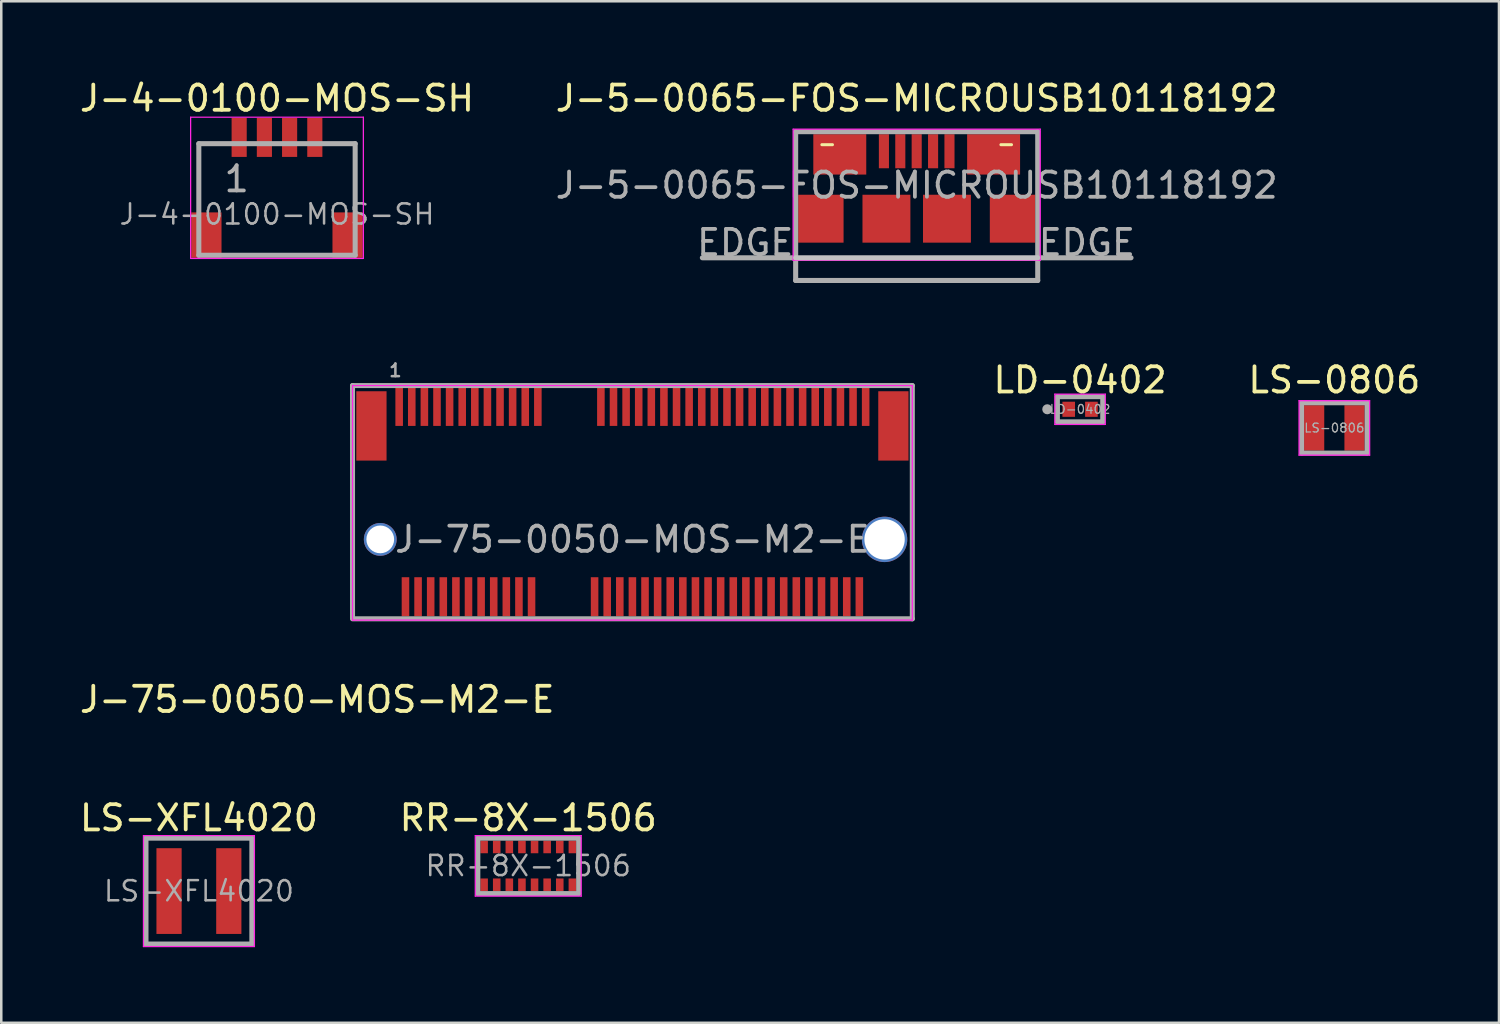
<source format=kicad_pcb>
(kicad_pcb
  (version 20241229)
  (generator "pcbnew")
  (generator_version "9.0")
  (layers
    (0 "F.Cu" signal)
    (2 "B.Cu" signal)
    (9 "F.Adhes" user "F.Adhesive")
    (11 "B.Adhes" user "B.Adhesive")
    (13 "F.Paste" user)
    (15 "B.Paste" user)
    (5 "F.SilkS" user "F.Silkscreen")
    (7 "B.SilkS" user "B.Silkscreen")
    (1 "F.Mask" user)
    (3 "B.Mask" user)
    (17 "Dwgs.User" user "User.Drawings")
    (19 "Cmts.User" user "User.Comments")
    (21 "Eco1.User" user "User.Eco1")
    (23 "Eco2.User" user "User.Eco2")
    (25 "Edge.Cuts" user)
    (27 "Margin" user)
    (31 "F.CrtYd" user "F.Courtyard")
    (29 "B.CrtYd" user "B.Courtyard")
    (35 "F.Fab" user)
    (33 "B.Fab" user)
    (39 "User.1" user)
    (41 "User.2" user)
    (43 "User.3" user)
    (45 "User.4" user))
  (footprint "LS-0806"
    (layer "F.Cu")
    (at 49.867 13.921)
    (property "Reference" "LS-0806" (at 0 -1.9 0) (layer "F.SilkS") (effects (font (size 1 1) (thickness 0.15))))
    (attr smd)
    (fp_line (start -1.4 -1.08) (end 1.4 -1.08) (stroke (width 0.05) (type solid)) (layer "F.CrtYd"))
    (fp_line (start -1.4 1.08) (end -1.4 -1.08) (stroke (width 0.05) (type solid)) (layer "F.CrtYd"))
    (fp_line (start 1.4 -1.08) (end 1.4 1.08) (stroke (width 0.05) (type solid)) (layer "F.CrtYd"))
    (fp_line (start 1.4 1.08) (end -1.4 1.08) (stroke (width 0.05) (type solid)) (layer "F.CrtYd"))
    (fp_line (start -1.3 -1) (end 1.3 -1) (stroke (width 0.2) (type solid)) (layer "F.Fab"))
    (fp_line (start -1.3 1) (end -1.3 -1) (stroke (width 0.2) (type solid)) (layer "F.Fab"))
    (fp_line (start 1.3 -1) (end 1.3 1) (stroke (width 0.2) (type solid)) (layer "F.Fab"))
    (fp_line (start 1.3 1) (end -1.3 1) (stroke (width 0.2) (type solid)) (layer "F.Fab"))
    (fp_text user "${REFERENCE}" (at 0 0 0) (layer "F.Fab") (effects (font (size 0.35 0.35) (thickness 0.05))))
    (pad "1" smd rect (at -0.8 0) (size 0.8 1.8) (layers "F.Cu" "F.Mask" "F.Paste"))
    (pad "2" smd rect (at 0.8 0) (size 0.8 1.8) (layers "F.Cu" "F.Mask" "F.Paste")))
  (footprint "J-4-0100-MOS-SH"
    (layer "F.Cu")
    (at 7.935 4.848)
    (property "Reference" "J-4-0100-MOS-SH" (at 0 -4 0) (layer "F.SilkS") (effects (font (size 1 1) (thickness 0.15))))
    (attr smd)
    (fp_line (start -3.425 -3.25) (end -3.425 2.35) (stroke (width 0.05) (type solid)) (layer "F.CrtYd"))
    (fp_line (start -3.425 2.35) (end 3.425 2.35) (stroke (width 0.05) (type solid)) (layer "F.CrtYd"))
    (fp_line (start 3.425 -3.25) (end -3.425 -3.25) (stroke (width 0.05) (type solid)) (layer "F.CrtYd"))
    (fp_line (start 3.425 2.35) (end 3.425 -3.25) (stroke (width 0.05) (type solid)) (layer "F.CrtYd"))
    (fp_line (start -3.1 -2.2) (end -3.1 2.225) (stroke (width 0.2) (type solid)) (layer "F.Fab"))
    (fp_line (start -3.1 -2.2) (end 3.1 -2.2) (stroke (width 0.2) (type solid)) (layer "F.Fab"))
    (fp_line (start -3.1 2.225) (end 3.1 2.225) (stroke (width 0.2) (type solid)) (layer "F.Fab"))
    (fp_line (start 3.1 -2.2) (end 3.1 2.225) (stroke (width 0.2) (type solid)) (layer "F.Fab"))
    (fp_text user "1" (at -1.6 -0.8 0) (layer "F.Fab") (effects (font (size 1 1) (thickness 0.15))))
    (fp_text user "${REFERENCE}" (at 0 0.6 0) (layer "F.Fab") (effects (font (size 0.8 0.8) (thickness 0.1))))
    (pad "1" smd rect (at -1.5 -2.45) (size 0.6 1.55) (layers "F.Cu" "F.Mask" "F.Paste"))
    (pad "2" smd rect (at -0.5 -2.45) (size 0.6 1.55) (layers "F.Cu" "F.Mask" "F.Paste"))
    (pad "3" smd rect (at 0.5 -2.45) (size 0.6 1.55) (layers "F.Cu" "F.Mask" "F.Paste"))
    (pad "4" smd rect (at 1.5 -2.45) (size 0.6 1.55) (layers "F.Cu" "F.Mask" "F.Paste"))
    (pad "MP" smd rect (at -2.8 1.425) (size 1.2 1.8) (layers "F.Cu" "F.Mask" "F.Paste"))
    (pad "MP" smd rect (at 2.8 1.425) (size 1.2 1.8) (layers "F.Cu" "F.Mask" "F.Paste")))
  (footprint "LD-0402"
    (layer "F.Cu")
    (at 39.783 13.181)
    (property "Reference" "LD-0402" (at 0 -1.16 0) (layer "F.SilkS") (effects (font (size 1 1) (thickness 0.15))))
    (attr smd)
    (fp_line (start -1 -0.6) (end 1 -0.6) (stroke (width 0.05) (type solid)) (layer "F.CrtYd"))
    (fp_line (start -1 0.6) (end -1 -0.6) (stroke (width 0.05) (type solid)) (layer "F.CrtYd"))
    (fp_line (start 1 -0.6) (end 1 0.6) (stroke (width 0.05) (type solid)) (layer "F.CrtYd"))
    (fp_line (start 1 0.6) (end -1 0.6) (stroke (width 0.05) (type solid)) (layer "F.CrtYd"))
    (fp_line (start -0.9 -0.5) (end 0.9 -0.5) (stroke (width 0.2) (type solid)) (layer "F.Fab"))
    (fp_line (start -0.9 0.5) (end -0.9 -0.5) (stroke (width 0.2) (type solid)) (layer "F.Fab"))
    (fp_line (start 0.9 -0.5) (end 0.9 0.5) (stroke (width 0.2) (type solid)) (layer "F.Fab"))
    (fp_line (start 0.9 0.5) (end -0.9 0.5) (stroke (width 0.2) (type solid)) (layer "F.Fab"))
    (fp_circle (center -1.3 0) (end -1.2 0) (stroke (width 0.2) (type solid)) (fill no) (layer "F.Fab"))
    (fp_text user "${REFERENCE}" (at 0 0 0) (layer "F.Fab") (effects (font (size 0.35 0.35) (thickness 0.05))))
    (pad "1" smd rect (at -0.45 0) (size 0.5 0.6) (layers "F.Cu" "F.Mask" "F.Paste"))
    (pad "2" smd rect (at 0.45 0) (size 0.5 0.6) (layers "F.Cu" "F.Mask" "F.Paste")))
  (footprint "RR-8X-1506"
    (layer "F.Cu")
    (at 17.899 31.288)
    (property "Reference" "RR-8X-1506" (at 0 -1.9 0) (layer "F.SilkS") (effects (font (size 1 1) (thickness 0.15))))
    (attr smd)
    (fp_line (start -2.1 -1.2) (end 2.1 -1.2) (stroke (width 0.05) (type solid)) (layer "F.CrtYd"))
    (fp_line (start -2.1 1.2) (end -2.1 -1.2) (stroke (width 0.05) (type solid)) (layer "F.CrtYd"))
    (fp_line (start 2.1 -1.2) (end 2.1 1.2) (stroke (width 0.05) (type solid)) (layer "F.CrtYd"))
    (fp_line (start 2.1 1.2) (end -2.1 1.2) (stroke (width 0.05) (type solid)) (layer "F.CrtYd"))
    (fp_line (start -2 -1.1) (end 2 -1.1) (stroke (width 0.2) (type solid)) (layer "F.Fab"))
    (fp_line (start -2 1.1) (end -2 -1.1) (stroke (width 0.2) (type solid)) (layer "F.Fab"))
    (fp_line (start 2 -1.1) (end 2 1.1) (stroke (width 0.2) (type solid)) (layer "F.Fab"))
    (fp_line (start 2 1.1) (end -2 1.1) (stroke (width 0.2) (type solid)) (layer "F.Fab"))
    (fp_text user "${REFERENCE}" (at 0 0 0) (layer "F.Fab") (effects (font (size 0.8 0.8) (thickness 0.1))))
    (pad "1" smd rect (at -1.75 0.75) (size 0.3 0.5) (layers "F.Cu" "F.Mask" "F.Paste"))
    (pad "2" smd rect (at -1.25 0.75) (size 0.3 0.5) (layers "F.Cu" "F.Mask" "F.Paste"))
    (pad "3" smd rect (at -0.75 0.75) (size 0.3 0.5) (layers "F.Cu" "F.Mask" "F.Paste"))
    (pad "4" smd rect (at -0.25 0.75) (size 0.3 0.5) (layers "F.Cu" "F.Mask" "F.Paste"))
    (pad "5" smd rect (at 0.25 0.75) (size 0.3 0.5) (layers "F.Cu" "F.Mask" "F.Paste"))
    (pad "6" smd rect (at 0.75 0.75) (size 0.3 0.5) (layers "F.Cu" "F.Mask" "F.Paste"))
    (pad "7" smd rect (at 1.25 0.75) (size 0.3 0.5) (layers "F.Cu" "F.Mask" "F.Paste"))
    (pad "8" smd rect (at 1.75 0.75) (size 0.3 0.5) (layers "F.Cu" "F.Mask" "F.Paste"))
    (pad "9" smd rect (at 1.75 -0.75) (size 0.3 0.5) (layers "F.Cu" "F.Mask" "F.Paste"))
    (pad "10" smd rect (at 1.25 -0.75) (size 0.3 0.5) (layers "F.Cu" "F.Mask" "F.Paste"))
    (pad "11" smd rect (at 0.75 -0.75) (size 0.3 0.5) (layers "F.Cu" "F.Mask" "F.Paste"))
    (pad "12" smd rect (at 0.25 -0.75) (size 0.3 0.5) (layers "F.Cu" "F.Mask" "F.Paste"))
    (pad "13" smd rect (at -0.25 -0.75) (size 0.3 0.5) (layers "F.Cu" "F.Mask" "F.Paste"))
    (pad "14" smd rect (at -0.75 -0.75) (size 0.3 0.5) (layers "F.Cu" "F.Mask" "F.Paste"))
    (pad "15" smd rect (at -1.25 -0.75) (size 0.3 0.5) (layers "F.Cu" "F.Mask" "F.Paste"))
    (pad "16" smd rect (at -1.75 -0.75) (size 0.3 0.5) (layers "F.Cu" "F.Mask" "F.Paste")))
  (footprint "J-5-0065-FOS-MICROUSB10118192"
    (layer "F.Cu")
    (at 33.304 3.073)
    (property "Reference" "J-5-0065-FOS-MICROUSB10118192" (at 0 -2.225 0) (layer "F.SilkS") (effects (font (size 1 1) (thickness 0.15))))
    (attr smd)
    (fp_line (start -3.76 -0.385) (end -3.34 -0.385) (stroke (width 0.12) (type solid)) (layer "F.SilkS"))
    (fp_line (start 3.76 -0.385) (end 3.34 -0.385) (stroke (width 0.12) (type solid)) (layer "F.SilkS"))
    (fp_line (start 4.8 4.1) (end -4.8 4.1) (stroke (width 0.2) (type solid)) (layer "Dwgs.User"))
    (fp_line (start -4.9 -1) (end -4.9 4.2) (stroke (width 0.05) (type solid)) (layer "F.CrtYd"))
    (fp_line (start -4.9 -1) (end 4.9 -1) (stroke (width 0.05) (type solid)) (layer "F.CrtYd"))
    (fp_line (start -4.9 4.2) (end 4.9 4.2) (stroke (width 0.05) (type solid)) (layer "F.CrtYd"))
    (fp_line (start 4.9 -1) (end 4.9 4.2) (stroke (width 0.05) (type solid)) (layer "F.CrtYd"))
    (fp_line (start -8.5 4.1) (end -4.8 4.1) (stroke (width 0.2) (type solid)) (layer "F.Fab"))
    (fp_line (start -4.8 -0.9) (end 4.8 -0.9) (stroke (width 0.2) (type solid)) (layer "F.Fab"))
    (fp_line (start -4.8 5) (end -4.8 -0.9) (stroke (width 0.2) (type solid)) (layer "F.Fab"))
    (fp_line (start 4.8 -0.9) (end 4.8 5) (stroke (width 0.2) (type solid)) (layer "F.Fab"))
    (fp_line (start 4.8 4.1) (end 8.5 4.1) (stroke (width 0.2) (type solid)) (layer "F.Fab"))
    (fp_line (start 4.8 5) (end -4.8 5) (stroke (width 0.2) (type solid)) (layer "F.Fab"))
    (fp_text user "EDGE" (at 6.75 3.5 0) (layer "F.Fab") (effects (font (size 1 1) (thickness 0.15))))
    (fp_text user "EDGE" (at -6.8 3.5 0) (layer "F.Fab") (effects (font (size 1 1) (thickness 0.15))))
    (fp_text user "${REFERENCE}" (at 0 1.225 0) (layer "F.Fab") (effects (font (size 1 1) (thickness 0.15))))
    (pad "1" smd rect (at -1.3 -0.125) (size 0.4 1.35) (layers "F.Cu" "F.Mask" "F.Paste"))
    (pad "2" smd rect (at -0.65 -0.125) (size 0.4 1.35) (layers "F.Cu" "F.Mask" "F.Paste"))
    (pad "3" smd rect (at 0 -0.125) (size 0.4 1.35) (layers "F.Cu" "F.Mask" "F.Paste"))
    (pad "4" smd rect (at 0.65 -0.125) (size 0.4 1.35) (layers "F.Cu" "F.Mask" "F.Paste"))
    (pad "5" smd rect (at 1.3 -0.125) (size 0.4 1.35) (layers "F.Cu" "F.Mask" "F.Paste"))
    (pad "6" smd rect (at -3.8 2.55) (size 1.8 1.9) (layers "F.Cu" "F.Mask" "F.Paste"))
    (pad "6" smd rect (at -3.05 0) (size 2.1 1.6) (layers "F.Cu" "F.Mask" "F.Paste"))
    (pad "6" smd rect (at -1.2 2.55) (size 1.9 1.9) (layers "F.Cu" "F.Mask" "F.Paste"))
    (pad "6" smd rect (at 1.2 2.55) (size 1.9 1.9) (layers "F.Cu" "F.Mask" "F.Paste"))
    (pad "6" smd rect (at 3.05 0) (size 2.1 1.6) (layers "F.Cu" "F.Mask" "F.Paste"))
    (pad "6" smd rect (at 3.8 2.55) (size 1.8 1.9) (layers "F.Cu" "F.Mask" "F.Paste")))
  (footprint "J-75-0050-MOS-M2-E"
    (layer "F.Cu")
    (at 22.03 18.341)
    (property "Reference" "J-75-0050-MOS-M2-E" (at -12.5 6.35 180) (layer "F.SilkS") (effects (font (size 1 1) (thickness 0.15))))
    (attr smd)
    (fp_line (start -11.1 -6.1) (end 11.1 -6.1) (stroke (width 0.05) (type solid)) (layer "F.CrtYd"))
    (fp_line (start -11.1 3.2) (end -11.1 -6.1) (stroke (width 0.05) (type solid)) (layer "F.CrtYd"))
    (fp_line (start 11.1 -6.1) (end 11.1 3.2) (stroke (width 0.05) (type solid)) (layer "F.CrtYd"))
    (fp_line (start 11.1 3.2) (end -11.1 3.2) (stroke (width 0.05) (type solid)) (layer "F.CrtYd"))
    (fp_line (start -11.1 -6.1) (end -11.1 3.1) (stroke (width 0.2) (type solid)) (layer "F.Fab"))
    (fp_line (start -11.1 3.15) (end 11.1 3.15) (stroke (width 0.2) (type solid)) (layer "F.Fab"))
    (fp_line (start 11.1 -6.1) (end -11.1 -6.1) (stroke (width 0.2) (type solid)) (layer "F.Fab"))
    (fp_line (start 11.1 3.15) (end 11.1 -6.1) (stroke (width 0.2) (type solid)) (layer "F.Fab"))
    (fp_text user "1" (at -9.4 -6.7 0) (layer "F.Fab") (effects (font (size 0.5 0.5) (thickness 0.1) (bold yes))))
    (fp_text user "${REFERENCE}" (at 0 0 0) (layer "F.Fab") (effects (font (size 1 1) (thickness 0.15))))
    (pad "" np_thru_hole circle (at -10 0) (size 1.3 1.3) (drill 1.1) (layers "*.Cu" "*.Mask"))
    (pad "" np_thru_hole circle (at 10 0) (size 1.8 1.8) (drill 1.6) (layers "*.Cu" "*.Mask"))
    (pad "1" smd rect (at -9.25 -5.275) (size 0.3 1.55) (layers "F.Cu" "F.Mask" "F.Paste"))
    (pad "2" smd rect (at -9 2.275) (size 0.3 1.55) (layers "F.Cu" "F.Mask" "F.Paste"))
    (pad "3" smd rect (at -8.75 -5.275) (size 0.3 1.55) (layers "F.Cu" "F.Mask" "F.Paste"))
    (pad "4" smd rect (at -8.5 2.275) (size 0.3 1.55) (layers "F.Cu" "F.Mask" "F.Paste"))
    (pad "5" smd rect (at -8.25 -5.275) (size 0.3 1.55) (layers "F.Cu" "F.Mask" "F.Paste"))
    (pad "6" smd rect (at -8 2.275) (size 0.3 1.55) (layers "F.Cu" "F.Mask" "F.Paste"))
    (pad "7" smd rect (at -7.75 -5.275) (size 0.3 1.55) (layers "F.Cu" "F.Mask" "F.Paste"))
    (pad "8" smd rect (at -7.5 2.275) (size 0.3 1.55) (layers "F.Cu" "F.Mask" "F.Paste"))
    (pad "9" smd rect (at -7.25 -5.275) (size 0.3 1.55) (layers "F.Cu" "F.Mask" "F.Paste"))
    (pad "10" smd rect (at -7 2.275) (size 0.3 1.55) (layers "F.Cu" "F.Mask" "F.Paste"))
    (pad "11" smd rect (at -6.75 -5.275) (size 0.3 1.55) (layers "F.Cu" "F.Mask" "F.Paste"))
    (pad "12" smd rect (at -6.5 2.275) (size 0.3 1.55) (layers "F.Cu" "F.Mask" "F.Paste"))
    (pad "13" smd rect (at -6.25 -5.275) (size 0.3 1.55) (layers "F.Cu" "F.Mask" "F.Paste"))
    (pad "14" smd rect (at -6 2.275) (size 0.3 1.55) (layers "F.Cu" "F.Mask" "F.Paste"))
    (pad "15" smd rect (at -5.75 -5.275) (size 0.3 1.55) (layers "F.Cu" "F.Mask" "F.Paste"))
    (pad "16" smd rect (at -5.5 2.275) (size 0.3 1.55) (layers "F.Cu" "F.Mask" "F.Paste"))
    (pad "17" smd rect (at -5.25 -5.275) (size 0.3 1.55) (layers "F.Cu" "F.Mask" "F.Paste"))
    (pad "18" smd rect (at -5 2.275) (size 0.3 1.55) (layers "F.Cu" "F.Mask" "F.Paste"))
    (pad "19" smd rect (at -4.75 -5.275) (size 0.3 1.55) (layers "F.Cu" "F.Mask" "F.Paste"))
    (pad "20" smd rect (at -4.5 2.275) (size 0.3 1.55) (layers "F.Cu" "F.Mask" "F.Paste"))
    (pad "21" smd rect (at -4.25 -5.275) (size 0.3 1.55) (layers "F.Cu" "F.Mask" "F.Paste"))
    (pad "22" smd rect (at -4 2.275) (size 0.3 1.55) (layers "F.Cu" "F.Mask" "F.Paste"))
    (pad "23" smd rect (at -3.75 -5.275) (size 0.3 1.55) (layers "F.Cu" "F.Mask" "F.Paste"))
    (pad "32" smd rect (at -1.5 2.275) (size 0.3 1.55) (layers "F.Cu" "F.Mask" "F.Paste"))
    (pad "33" smd rect (at -1.25 -5.275) (size 0.3 1.55) (layers "F.Cu" "F.Mask" "F.Paste"))
    (pad "34" smd rect (at -1 2.275) (size 0.3 1.55) (layers "F.Cu" "F.Mask" "F.Paste"))
    (pad "35" smd rect (at -0.75 -5.275) (size 0.3 1.55) (layers "F.Cu" "F.Mask" "F.Paste"))
    (pad "36" smd rect (at -0.5 2.275) (size 0.3 1.55) (layers "F.Cu" "F.Mask" "F.Paste"))
    (pad "37" smd rect (at -0.25 -5.275) (size 0.3 1.55) (layers "F.Cu" "F.Mask" "F.Paste"))
    (pad "38" smd rect (at 0 2.275) (size 0.3 1.55) (layers "F.Cu" "F.Mask" "F.Paste"))
    (pad "39" smd rect (at 0.25 -5.275) (size 0.3 1.55) (layers "F.Cu" "F.Mask" "F.Paste"))
    (pad "40" smd rect (at 0.5 2.275) (size 0.3 1.55) (layers "F.Cu" "F.Mask" "F.Paste"))
    (pad "41" smd rect (at 0.75 -5.275) (size 0.3 1.55) (layers "F.Cu" "F.Mask" "F.Paste"))
    (pad "42" smd rect (at 1 2.275) (size 0.3 1.55) (layers "F.Cu" "F.Mask" "F.Paste"))
    (pad "43" smd rect (at 1.25 -5.275) (size 0.3 1.55) (layers "F.Cu" "F.Mask" "F.Paste"))
    (pad "44" smd rect (at 1.5 2.275) (size 0.3 1.55) (layers "F.Cu" "F.Mask" "F.Paste"))
    (pad "45" smd rect (at 1.75 -5.275) (size 0.3 1.55) (layers "F.Cu" "F.Mask" "F.Paste"))
    (pad "46" smd rect (at 2 2.275) (size 0.3 1.55) (layers "F.Cu" "F.Mask" "F.Paste"))
    (pad "47" smd rect (at 2.25 -5.275) (size 0.3 1.55) (layers "F.Cu" "F.Mask" "F.Paste"))
    (pad "48" smd rect (at 2.5 2.275) (size 0.3 1.55) (layers "F.Cu" "F.Mask" "F.Paste"))
    (pad "49" smd rect (at 2.75 -5.275) (size 0.3 1.55) (layers "F.Cu" "F.Mask" "F.Paste"))
    (pad "50" smd rect (at 3 2.275) (size 0.3 1.55) (layers "F.Cu" "F.Mask" "F.Paste"))
    (pad "51" smd rect (at 3.25 -5.275) (size 0.3 1.55) (layers "F.Cu" "F.Mask" "F.Paste"))
    (pad "52" smd rect (at 3.5 2.275) (size 0.3 1.55) (layers "F.Cu" "F.Mask" "F.Paste"))
    (pad "53" smd rect (at 3.75 -5.275) (size 0.3 1.55) (layers "F.Cu" "F.Mask" "F.Paste"))
    (pad "54" smd rect (at 4 2.275) (size 0.3 1.55) (layers "F.Cu" "F.Mask" "F.Paste"))
    (pad "55" smd rect (at 4.25 -5.275) (size 0.3 1.55) (layers "F.Cu" "F.Mask" "F.Paste"))
    (pad "56" smd rect (at 4.5 2.275) (size 0.3 1.55) (layers "F.Cu" "F.Mask" "F.Paste"))
    (pad "57" smd rect (at 4.75 -5.275) (size 0.3 1.55) (layers "F.Cu" "F.Mask" "F.Paste"))
    (pad "58" smd rect (at 5 2.275) (size 0.3 1.55) (layers "F.Cu" "F.Mask" "F.Paste"))
    (pad "59" smd rect (at 5.25 -5.275) (size 0.3 1.55) (layers "F.Cu" "F.Mask" "F.Paste"))
    (pad "60" smd rect (at 5.5 2.275) (size 0.3 1.55) (layers "F.Cu" "F.Mask" "F.Paste"))
    (pad "61" smd rect (at 5.75 -5.275) (size 0.3 1.55) (layers "F.Cu" "F.Mask" "F.Paste"))
    (pad "62" smd rect (at 6 2.275) (size 0.3 1.55) (layers "F.Cu" "F.Mask" "F.Paste"))
    (pad "63" smd rect (at 6.25 -5.275) (size 0.3 1.55) (layers "F.Cu" "F.Mask" "F.Paste"))
    (pad "64" smd rect (at 6.5 2.275) (size 0.3 1.55) (layers "F.Cu" "F.Mask" "F.Paste"))
    (pad "65" smd rect (at 6.75 -5.275) (size 0.3 1.55) (layers "F.Cu" "F.Mask" "F.Paste"))
    (pad "66" smd rect (at 7 2.275) (size 0.3 1.55) (layers "F.Cu" "F.Mask" "F.Paste"))
    (pad "67" smd rect (at 7.25 -5.275) (size 0.3 1.55) (layers "F.Cu" "F.Mask" "F.Paste"))
    (pad "68" smd rect (at 7.5 2.275) (size 0.3 1.55) (layers "F.Cu" "F.Mask" "F.Paste"))
    (pad "69" smd rect (at 7.75 -5.275) (size 0.3 1.55) (layers "F.Cu" "F.Mask" "F.Paste"))
    (pad "70" smd rect (at 8 2.275) (size 0.3 1.55) (layers "F.Cu" "F.Mask" "F.Paste"))
    (pad "71" smd rect (at 8.25 -5.275) (size 0.3 1.55) (layers "F.Cu" "F.Mask" "F.Paste"))
    (pad "72" smd rect (at 8.5 2.275) (size 0.3 1.55) (layers "F.Cu" "F.Mask" "F.Paste"))
    (pad "73" smd rect (at 8.75 -5.275) (size 0.3 1.55) (layers "F.Cu" "F.Mask" "F.Paste"))
    (pad "74" smd rect (at 9 2.275) (size 0.3 1.55) (layers "F.Cu" "F.Mask" "F.Paste"))
    (pad "75" smd rect (at 9.25 -5.275) (size 0.3 1.55) (layers "F.Cu" "F.Mask" "F.Paste"))
    (pad "MP" smd rect (at -10.35 -4.5) (size 1.2 2.75) (layers "F.Cu" "F.Mask" "F.Paste"))
    (pad "MP" smd rect (at 10.35 -4.5) (size 1.2 2.75) (layers "F.Cu" "F.Mask" "F.Paste")))
  (footprint "LS-XFL4020"
    (layer "F.Cu")
    (at 4.839 32.288)
    (property "Reference" "LS-XFL4020" (at 0 -2.9 0) (layer "F.SilkS") (effects (font (size 1 1) (thickness 0.15))))
    (attr smd)
    (fp_line (start -2.2 -2.2) (end 2.2 -2.2) (stroke (width 0.05) (type solid)) (layer "F.CrtYd"))
    (fp_line (start -2.2 2.2) (end -2.2 -2.2) (stroke (width 0.05) (type solid)) (layer "F.CrtYd"))
    (fp_line (start 2.2 -2.2) (end 2.2 2.2) (stroke (width 0.05) (type solid)) (layer "F.CrtYd"))
    (fp_line (start 2.2 2.2) (end -2.2 2.2) (stroke (width 0.05) (type solid)) (layer "F.CrtYd"))
    (fp_line (start -2.1 -2.1) (end 2.1 -2.1) (stroke (width 0.2) (type solid)) (layer "F.Fab"))
    (fp_line (start -2.1 2.1) (end -2.1 -2.1) (stroke (width 0.2) (type solid)) (layer "F.Fab"))
    (fp_line (start 2.1 -2.1) (end 2.1 2.1) (stroke (width 0.2) (type solid)) (layer "F.Fab"))
    (fp_line (start 2.1 2.1) (end -2.1 2.1) (stroke (width 0.2) (type solid)) (layer "F.Fab"))
    (fp_text user "${REFERENCE}" (at 0 0 0) (layer "F.Fab") (effects (font (size 0.8 0.8) (thickness 0.1))))
    (pad "1" smd rect (at -1.185 0) (size 1 3.4) (layers "F.Cu" "F.Mask" "F.Paste"))
    (pad "2" smd rect (at 1.185 0) (size 1 3.4) (layers "F.Cu" "F.Mask" "F.Paste")))
  (gr_rect
    (start -3 -3)
    (end 56.396 37.513)
    (stroke (width 0.1) (type default))
    (fill no)
    (layer "Edge.Cuts")))
</source>
